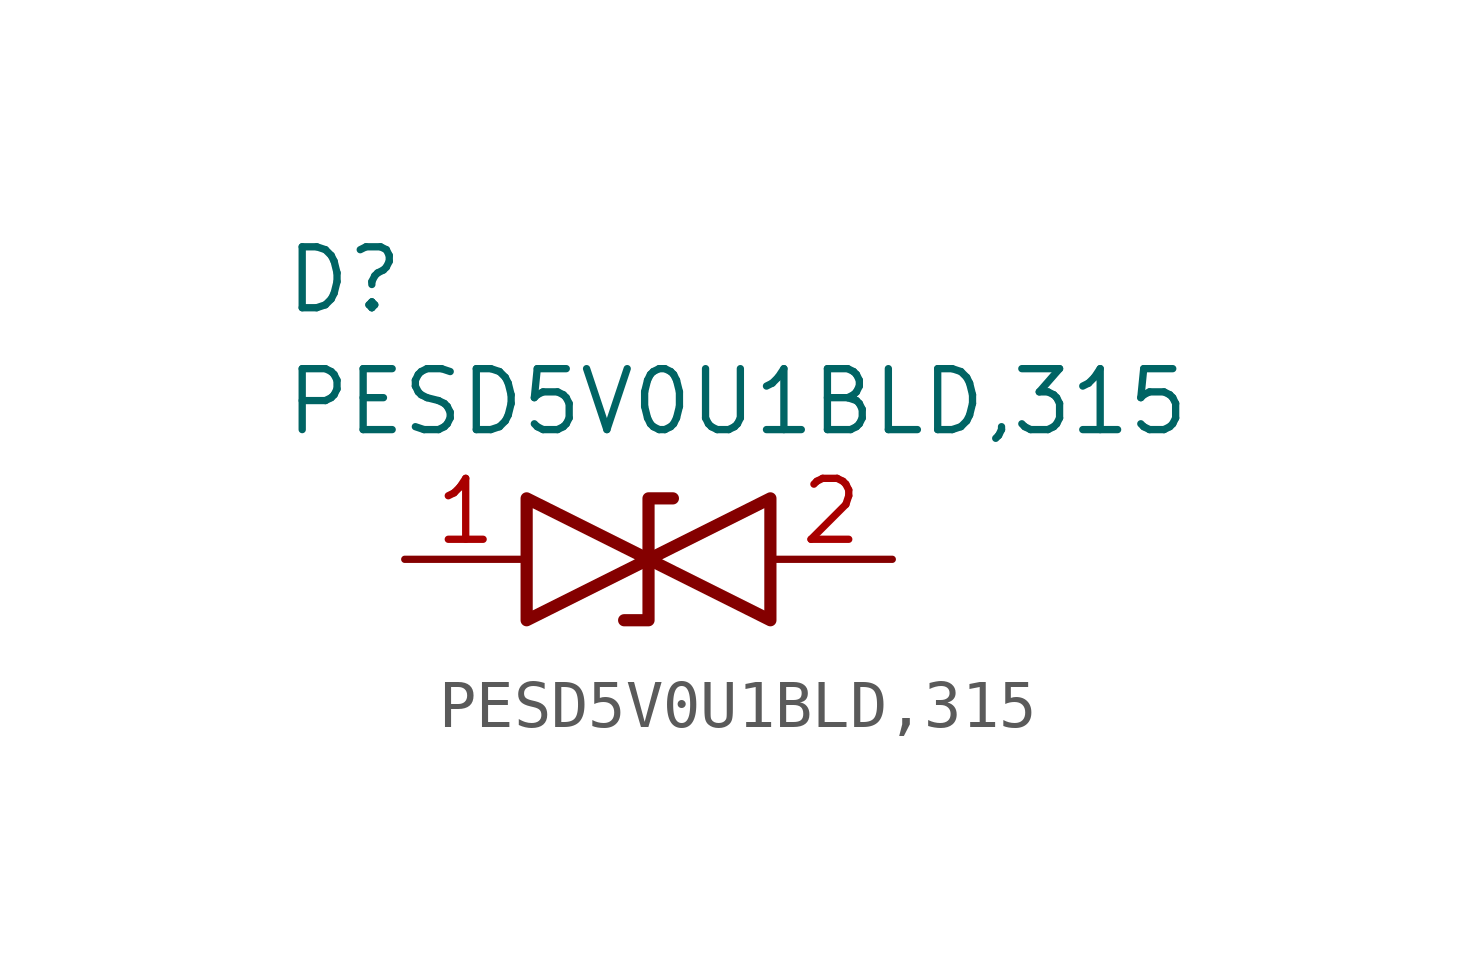
<source format=kicad_sym>
(kicad_symbol_lib
  (version 20241209)
  (generator "kicad_symbol_editor")
  (generator_version "9.0")
  (symbol "PESD5V0U1BLD,315"
    (pin_names
      (hide yes))
    (property "Reference" "D"
      (at 15.24 8.89 0)
      (effects (font (size 1.27 1.27)) (justify left bottom)))
    (property "Value" "PESD5V0U1BLD,315"
      (at 15.24 6.35 0)
      (effects (font (size 1.27 1.27)) (justify left bottom)))
    (symbol "PESD5V0U1BLD,315_0_1"
      (polyline (pts (xy 20.32 5.08) (xy 20.32 2.54) (xy 25.4 5.08) (xy 25.4 2.54) (xy 20.32 5.08)) (stroke (width 0.254) (type default)) (fill (type none)))
      (polyline (pts (xy 23.368 5.08) (xy 22.86 5.08) (xy 22.86 2.54) (xy 22.352 2.54)) (stroke (width 0.254) (type default)) (fill (type none))))
    (symbol "PESD5V0U1BLD,315_1_1"
      (pin passive line (at 17.78 3.81 0) (length 2.54) (name "A1" (effects (font (size 1.27 1.27)))) (number "1" (effects (font (size 1.27 1.27)))))
      (pin passive line (at 27.94 3.81 180) (length 2.54) (name "A2" (effects (font (size 1.27 1.27)))) (number "2" (effects (font (size 1.27 1.27))))))))
</source>
